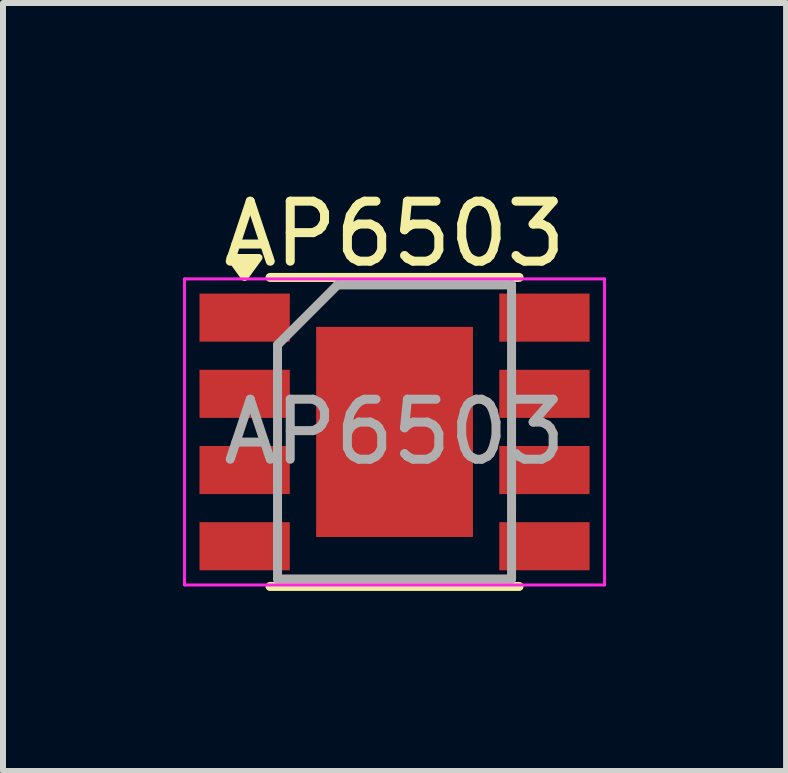
<source format=kicad_pcb>
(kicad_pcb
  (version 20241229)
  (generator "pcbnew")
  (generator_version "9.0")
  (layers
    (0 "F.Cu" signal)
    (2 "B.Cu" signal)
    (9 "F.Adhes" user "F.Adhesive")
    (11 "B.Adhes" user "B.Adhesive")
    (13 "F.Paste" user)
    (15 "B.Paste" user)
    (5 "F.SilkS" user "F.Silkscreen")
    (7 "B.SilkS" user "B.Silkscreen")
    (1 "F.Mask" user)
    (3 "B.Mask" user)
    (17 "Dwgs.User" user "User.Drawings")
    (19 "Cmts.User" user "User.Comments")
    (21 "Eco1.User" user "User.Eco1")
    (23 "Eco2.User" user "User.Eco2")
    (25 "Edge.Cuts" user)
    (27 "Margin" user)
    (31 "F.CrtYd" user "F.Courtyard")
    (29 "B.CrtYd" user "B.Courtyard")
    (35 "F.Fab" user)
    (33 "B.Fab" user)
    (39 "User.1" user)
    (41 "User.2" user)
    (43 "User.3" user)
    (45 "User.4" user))
  (footprint "AP6503"
    (layer "F.Cu")
    (at 3.525 4.148)
    (property "Reference" "AP6503" (at 0 -3.3 0) (layer "F.SilkS") (effects (font (size 1 1) (thickness 0.15))))
    (attr smd)
    (fp_line (start -2.075 -2.575) (end 2.075 -2.575) (stroke (width 0.15) (type solid)) (layer "F.SilkS"))
    (fp_line (start -2.075 2.575) (end 2.075 2.575) (stroke (width 0.15) (type solid)) (layer "F.SilkS"))
    (fp_poly (pts (xy -2.5 -2.575) (xy -2.74 -2.905) (xy -2.26 -2.905) (xy -2.5 -2.575)) (stroke (width 0.12) (type solid)) (fill yes) (layer "F.SilkS"))
    (fp_line (start -3.5 -2.55) (end -3.5 2.55) (stroke (width 0.05) (type solid)) (layer "F.CrtYd"))
    (fp_line (start -3.5 -2.55) (end 3.5 -2.55) (stroke (width 0.05) (type solid)) (layer "F.CrtYd"))
    (fp_line (start -3.5 2.55) (end 3.5 2.55) (stroke (width 0.05) (type solid)) (layer "F.CrtYd"))
    (fp_line (start 3.5 -2.55) (end 3.5 2.55) (stroke (width 0.05) (type solid)) (layer "F.CrtYd"))
    (fp_line (start -1.95 -1.45) (end -0.95 -2.45) (stroke (width 0.15) (type solid)) (layer "F.Fab"))
    (fp_line (start -1.95 2.45) (end -1.95 -1.45) (stroke (width 0.15) (type solid)) (layer "F.Fab"))
    (fp_line (start -0.95 -2.45) (end 1.95 -2.45) (stroke (width 0.15) (type solid)) (layer "F.Fab"))
    (fp_line (start 1.95 -2.45) (end 1.95 2.45) (stroke (width 0.15) (type solid)) (layer "F.Fab"))
    (fp_line (start 1.95 2.45) (end -1.95 2.45) (stroke (width 0.15) (type solid)) (layer "F.Fab"))
    (fp_text user "${REFERENCE}" (at 0 0 0) (layer "F.Fab") (effects (font (size 1 1) (thickness 0.15))))
    (pad "1" smd rect (at -2.498 -1.905) (size 1.505 0.802) (layers "F.Cu" "F.Mask" "F.Paste"))
    (pad "2" smd rect (at -2.498 -0.635) (size 1.505 0.802) (layers "F.Cu" "F.Mask" "F.Paste"))
    (pad "3" smd rect (at -2.498 0.635) (size 1.505 0.802) (layers "F.Cu" "F.Mask" "F.Paste"))
    (pad "4" smd rect (at -2.498 1.905) (size 1.505 0.802) (layers "F.Cu" "F.Mask" "F.Paste"))
    (pad "5" smd rect (at 2.498 1.905) (size 1.505 0.802) (layers "F.Cu" "F.Mask" "F.Paste"))
    (pad "6" smd rect (at 2.498 0.635) (size 1.505 0.802) (layers "F.Cu" "F.Mask" "F.Paste"))
    (pad "7" smd rect (at 2.498 -0.635) (size 1.505 0.802) (layers "F.Cu" "F.Mask" "F.Paste"))
    (pad "8" smd rect (at 2.498 -1.905) (size 1.505 0.802) (layers "F.Cu" "F.Mask" "F.Paste"))
    (pad "9" smd rect (at 0 0) (size 2.613 3.502) (layers "F.Cu" "F.Mask" "F.Paste")))
  (gr_rect
    (start -3 -3)
    (end 10.05 9.798)
    (stroke (width 0.1) (type default))
    (fill no)
    (layer "Edge.Cuts")))
</source>
